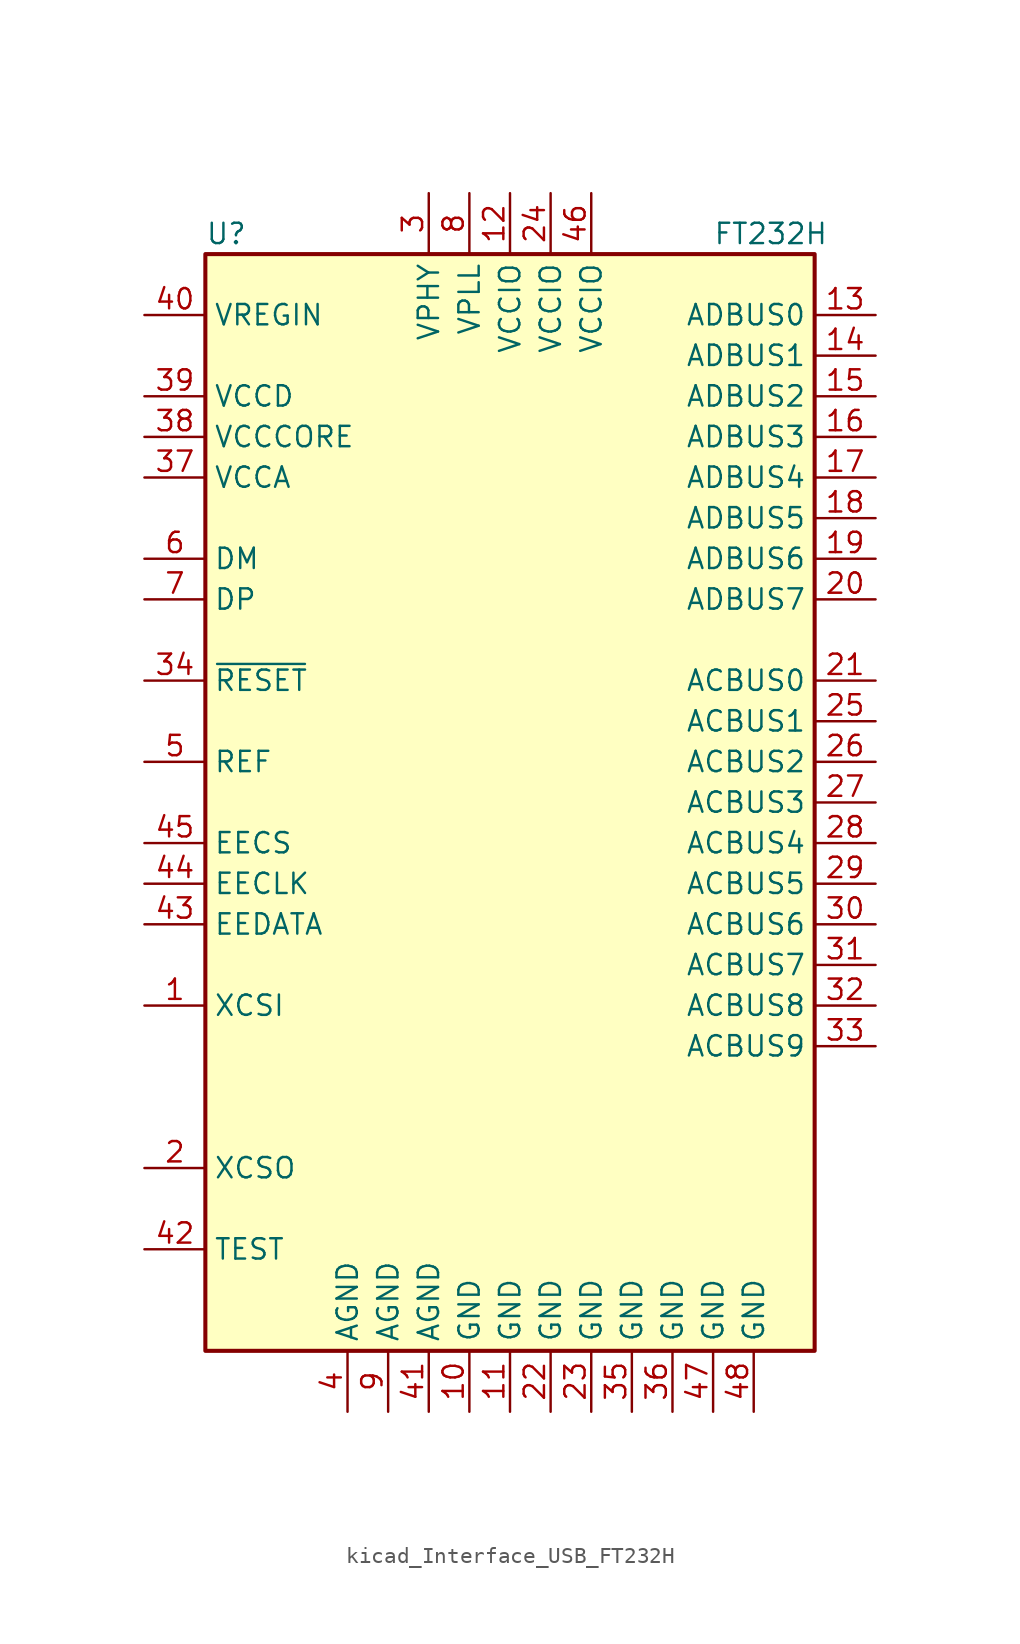
<source format=kicad_sym>
(kicad_symbol_lib
  (version 20220914)
  (generator kicad_symbol_editor)
  (symbol "kicad_Interface_USB_FT232H"
    (property "Reference" "U"
      (at -19.05 35.56 0)
      (effects (font (size 1.27 1.27)) (justify left)))
    (property "Value" "FT232H"
      (at 12.7 35.56 0)
      (effects (font (size 1.27 1.27)) (justify left)))
    (symbol "kicad_Interface_USB_FT232H_0_1"
      (rectangle (start -19.05 34.29) (end 19.05 -34.29) (stroke (width 0.254) (type default)) (fill (type background))))
    (symbol "kicad_Interface_USB_FT232H_1_1"
      (pin input line (at -22.86 -12.7 0) (length 3.81) (name "XCSI" (effects (font (size 1.27 1.27)))) (number "1" (effects (font (size 1.27 1.27)))))
      (pin power_in line (at -2.54 -38.1 90) (length 3.81) (name "GND" (effects (font (size 1.27 1.27)))) (number "10" (effects (font (size 1.27 1.27)))))
      (pin power_in line (at 0 -38.1 90) (length 3.81) (name "GND" (effects (font (size 1.27 1.27)))) (number "11" (effects (font (size 1.27 1.27)))))
      (pin power_in line (at 0 38.1 270) (length 3.81) (name "VCCIO" (effects (font (size 1.27 1.27)))) (number "12" (effects (font (size 1.27 1.27)))))
      (pin bidirectional line (at 22.86 30.48 180) (length 3.81) (name "ADBUS0" (effects (font (size 1.27 1.27)))) (number "13" (effects (font (size 1.27 1.27)))))
      (pin bidirectional line (at 22.86 27.94 180) (length 3.81) (name "ADBUS1" (effects (font (size 1.27 1.27)))) (number "14" (effects (font (size 1.27 1.27)))))
      (pin bidirectional line (at 22.86 25.4 180) (length 3.81) (name "ADBUS2" (effects (font (size 1.27 1.27)))) (number "15" (effects (font (size 1.27 1.27)))))
      (pin bidirectional line (at 22.86 22.86 180) (length 3.81) (name "ADBUS3" (effects (font (size 1.27 1.27)))) (number "16" (effects (font (size 1.27 1.27)))))
      (pin bidirectional line (at 22.86 20.32 180) (length 3.81) (name "ADBUS4" (effects (font (size 1.27 1.27)))) (number "17" (effects (font (size 1.27 1.27)))))
      (pin bidirectional line (at 22.86 17.78 180) (length 3.81) (name "ADBUS5" (effects (font (size 1.27 1.27)))) (number "18" (effects (font (size 1.27 1.27)))))
      (pin bidirectional line (at 22.86 15.24 180) (length 3.81) (name "ADBUS6" (effects (font (size 1.27 1.27)))) (number "19" (effects (font (size 1.27 1.27)))))
      (pin output line (at -22.86 -22.86 0) (length 3.81) (name "XCSO" (effects (font (size 1.27 1.27)))) (number "2" (effects (font (size 1.27 1.27)))))
      (pin bidirectional line (at 22.86 12.7 180) (length 3.81) (name "ADBUS7" (effects (font (size 1.27 1.27)))) (number "20" (effects (font (size 1.27 1.27)))))
      (pin bidirectional line (at 22.86 7.62 180) (length 3.81) (name "ACBUS0" (effects (font (size 1.27 1.27)))) (number "21" (effects (font (size 1.27 1.27)))))
      (pin power_in line (at 2.54 -38.1 90) (length 3.81) (name "GND" (effects (font (size 1.27 1.27)))) (number "22" (effects (font (size 1.27 1.27)))))
      (pin power_in line (at 5.08 -38.1 90) (length 3.81) (name "GND" (effects (font (size 1.27 1.27)))) (number "23" (effects (font (size 1.27 1.27)))))
      (pin power_in line (at 2.54 38.1 270) (length 3.81) (name "VCCIO" (effects (font (size 1.27 1.27)))) (number "24" (effects (font (size 1.27 1.27)))))
      (pin bidirectional line (at 22.86 5.08 180) (length 3.81) (name "ACBUS1" (effects (font (size 1.27 1.27)))) (number "25" (effects (font (size 1.27 1.27)))))
      (pin bidirectional line (at 22.86 2.54 180) (length 3.81) (name "ACBUS2" (effects (font (size 1.27 1.27)))) (number "26" (effects (font (size 1.27 1.27)))))
      (pin bidirectional line (at 22.86 0 180) (length 3.81) (name "ACBUS3" (effects (font (size 1.27 1.27)))) (number "27" (effects (font (size 1.27 1.27)))))
      (pin bidirectional line (at 22.86 -2.54 180) (length 3.81) (name "ACBUS4" (effects (font (size 1.27 1.27)))) (number "28" (effects (font (size 1.27 1.27)))))
      (pin bidirectional line (at 22.86 -5.08 180) (length 3.81) (name "ACBUS5" (effects (font (size 1.27 1.27)))) (number "29" (effects (font (size 1.27 1.27)))))
      (pin power_in line (at -5.08 38.1 270) (length 3.81) (name "VPHY" (effects (font (size 1.27 1.27)))) (number "3" (effects (font (size 1.27 1.27)))))
      (pin bidirectional line (at 22.86 -7.62 180) (length 3.81) (name "ACBUS6" (effects (font (size 1.27 1.27)))) (number "30" (effects (font (size 1.27 1.27)))))
      (pin bidirectional line (at 22.86 -10.16 180) (length 3.81) (name "ACBUS7" (effects (font (size 1.27 1.27)))) (number "31" (effects (font (size 1.27 1.27)))))
      (pin bidirectional line (at 22.86 -12.7 180) (length 3.81) (name "ACBUS8" (effects (font (size 1.27 1.27)))) (number "32" (effects (font (size 1.27 1.27)))))
      (pin bidirectional line (at 22.86 -15.24 180) (length 3.81) (name "ACBUS9" (effects (font (size 1.27 1.27)))) (number "33" (effects (font (size 1.27 1.27)))))
      (pin input line (at -22.86 7.62 0) (length 3.81) (name "~{RESET}" (effects (font (size 1.27 1.27)))) (number "34" (effects (font (size 1.27 1.27)))))
      (pin power_in line (at 7.62 -38.1 90) (length 3.81) (name "GND" (effects (font (size 1.27 1.27)))) (number "35" (effects (font (size 1.27 1.27)))))
      (pin power_in line (at 10.16 -38.1 90) (length 3.81) (name "GND" (effects (font (size 1.27 1.27)))) (number "36" (effects (font (size 1.27 1.27)))))
      (pin power_out line (at -22.86 20.32 0) (length 3.81) (name "VCCA" (effects (font (size 1.27 1.27)))) (number "37" (effects (font (size 1.27 1.27)))))
      (pin power_out line (at -22.86 22.86 0) (length 3.81) (name "VCCCORE" (effects (font (size 1.27 1.27)))) (number "38" (effects (font (size 1.27 1.27)))))
      (pin power_in line (at -22.86 25.4 0) (length 3.81) (name "VCCD" (effects (font (size 1.27 1.27)))) (number "39" (effects (font (size 1.27 1.27)))))
      (pin power_in line (at -10.16 -38.1 90) (length 3.81) (name "AGND" (effects (font (size 1.27 1.27)))) (number "4" (effects (font (size 1.27 1.27)))))
      (pin power_in line (at -22.86 30.48 0) (length 3.81) (name "VREGIN" (effects (font (size 1.27 1.27)))) (number "40" (effects (font (size 1.27 1.27)))))
      (pin power_in line (at -5.08 -38.1 90) (length 3.81) (name "AGND" (effects (font (size 1.27 1.27)))) (number "41" (effects (font (size 1.27 1.27)))))
      (pin input line (at -22.86 -27.94 0) (length 3.81) (name "TEST" (effects (font (size 1.27 1.27)))) (number "42" (effects (font (size 1.27 1.27)))))
      (pin bidirectional line (at -22.86 -7.62 0) (length 3.81) (name "EEDATA" (effects (font (size 1.27 1.27)))) (number "43" (effects (font (size 1.27 1.27)))))
      (pin input line (at -22.86 -5.08 0) (length 3.81) (name "EECLK" (effects (font (size 1.27 1.27)))) (number "44" (effects (font (size 1.27 1.27)))))
      (pin input line (at -22.86 -2.54 0) (length 3.81) (name "EECS" (effects (font (size 1.27 1.27)))) (number "45" (effects (font (size 1.27 1.27)))))
      (pin power_in line (at 5.08 38.1 270) (length 3.81) (name "VCCIO" (effects (font (size 1.27 1.27)))) (number "46" (effects (font (size 1.27 1.27)))))
      (pin power_in line (at 12.7 -38.1 90) (length 3.81) (name "GND" (effects (font (size 1.27 1.27)))) (number "47" (effects (font (size 1.27 1.27)))))
      (pin power_in line (at 15.24 -38.1 90) (length 3.81) (name "GND" (effects (font (size 1.27 1.27)))) (number "48" (effects (font (size 1.27 1.27)))))
      (pin input line (at -22.86 2.54 0) (length 3.81) (name "REF" (effects (font (size 1.27 1.27)))) (number "5" (effects (font (size 1.27 1.27)))))
      (pin bidirectional line (at -22.86 15.24 0) (length 3.81) (name "DM" (effects (font (size 1.27 1.27)))) (number "6" (effects (font (size 1.27 1.27)))))
      (pin bidirectional line (at -22.86 12.7 0) (length 3.81) (name "DP" (effects (font (size 1.27 1.27)))) (number "7" (effects (font (size 1.27 1.27)))))
      (pin power_in line (at -2.54 38.1 270) (length 3.81) (name "VPLL" (effects (font (size 1.27 1.27)))) (number "8" (effects (font (size 1.27 1.27)))))
      (pin power_in line (at -7.62 -38.1 90) (length 3.81) (name "AGND" (effects (font (size 1.27 1.27)))) (number "9" (effects (font (size 1.27 1.27))))))))
</source>
